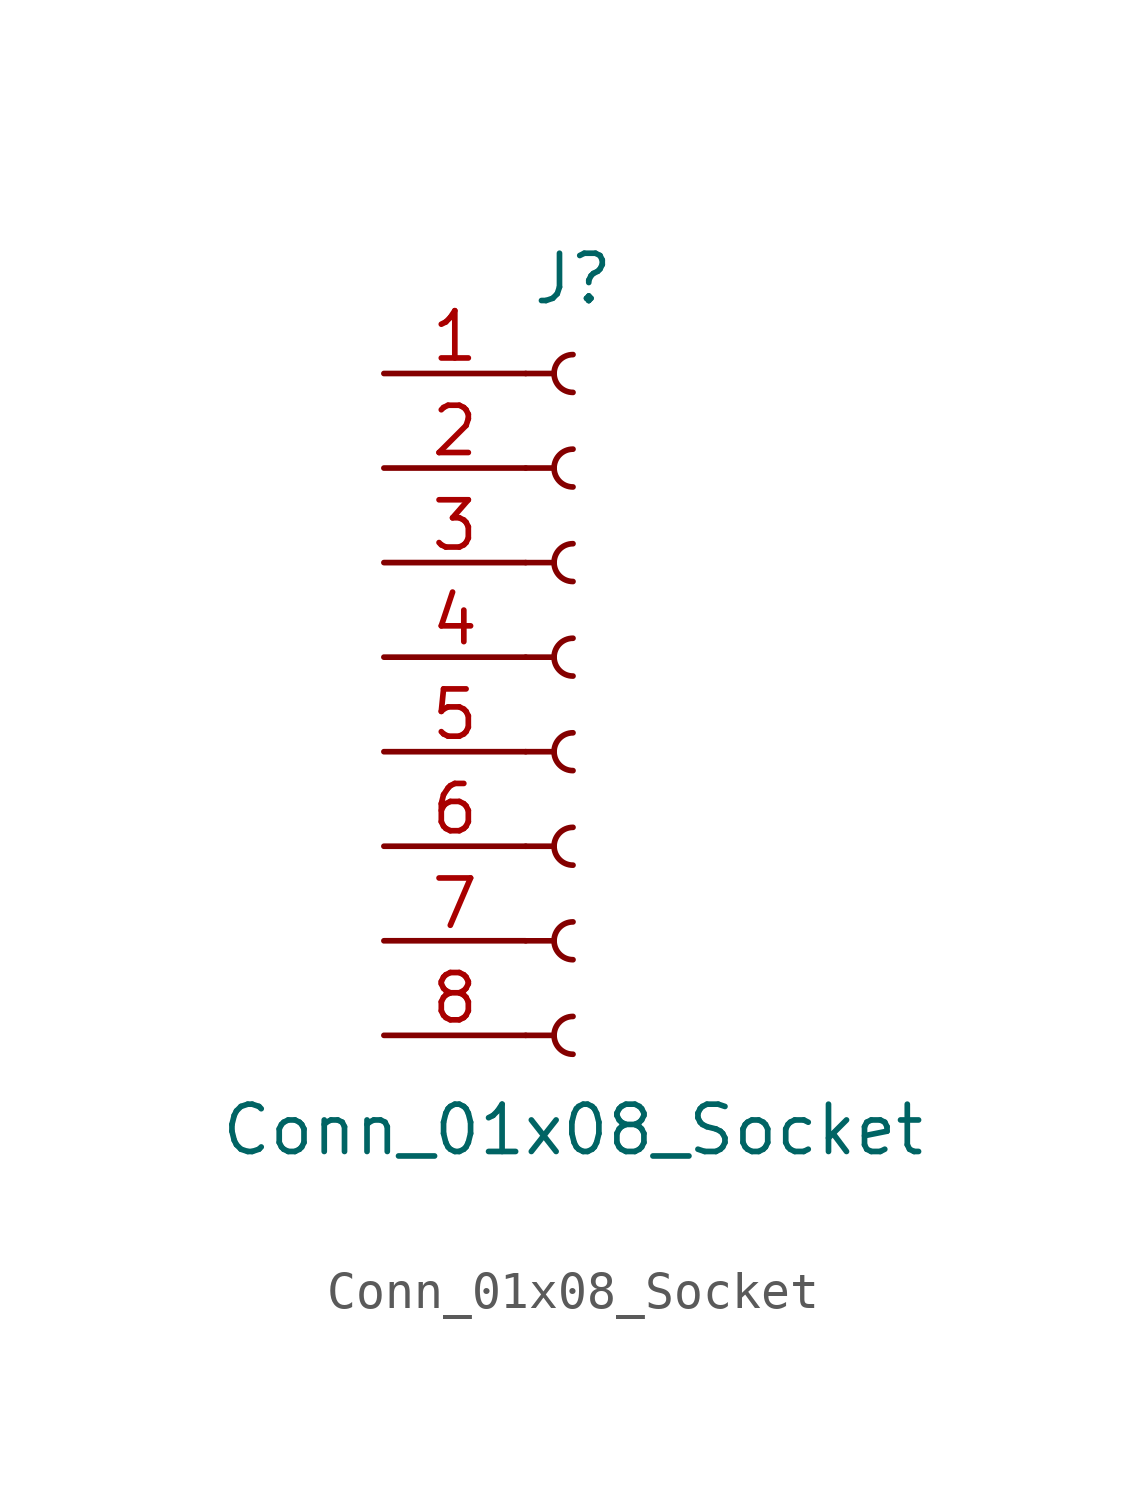
<source format=kicad_sym>
(kicad_symbol_lib
  (version 20231120)
  (generator "kicad_symbol_editor")
  (generator_version "8.0")
  (symbol "Conn_01x08_Socket"
    (pin_names
      (offset 1.016) hide)
    (property "Reference" "J"
      (at 0 10.16 0)
      (effects (font (size 1.27 1.27))))
    (property "Value" "Conn_01x08_Socket"
      (at 0 -12.7 0)
      (effects (font (size 1.27 1.27))))
    (property "ki_locked" ""
      (at 0 0 0)
      (effects (font (size 1.27 1.27))))
    (symbol "Conn_01x08_Socket_1_1"
      (arc (start 0 -9.652) (mid -0.5058 -10.16) (end 0 -10.668) (stroke (width 0.1524) (type default)) (fill (type none)))
      (arc (start 0 -7.112) (mid -0.5058 -7.62) (end 0 -8.128) (stroke (width 0.1524) (type default)) (fill (type none)))
      (arc (start 0 -4.572) (mid -0.5058 -5.08) (end 0 -5.588) (stroke (width 0.1524) (type default)) (fill (type none)))
      (arc (start 0 -2.032) (mid -0.5058 -2.54) (end 0 -3.048) (stroke (width 0.1524) (type default)) (fill (type none)))
      (polyline (pts (xy -1.27 -10.16) (xy -0.508 -10.16)) (stroke (width 0.152) (type default)) (fill (type none)))
      (polyline (pts (xy -1.27 -7.62) (xy -0.508 -7.62)) (stroke (width 0.152) (type default)) (fill (type none)))
      (polyline (pts (xy -1.27 -5.08) (xy -0.508 -5.08)) (stroke (width 0.152) (type default)) (fill (type none)))
      (polyline (pts (xy -1.27 -2.54) (xy -0.508 -2.54)) (stroke (width 0.152) (type default)) (fill (type none)))
      (polyline (pts (xy -1.27 0) (xy -0.508 0)) (stroke (width 0.152) (type default)) (fill (type none)))
      (polyline (pts (xy -1.27 2.54) (xy -0.508 2.54)) (stroke (width 0.152) (type default)) (fill (type none)))
      (polyline (pts (xy -1.27 5.08) (xy -0.508 5.08)) (stroke (width 0.152) (type default)) (fill (type none)))
      (polyline (pts (xy -1.27 7.62) (xy -0.508 7.62)) (stroke (width 0.152) (type default)) (fill (type none)))
      (arc (start 0 0.508) (mid -0.5058 0) (end 0 -0.508) (stroke (width 0.1524) (type default)) (fill (type none)))
      (arc (start 0 3.048) (mid -0.5058 2.54) (end 0 2.032) (stroke (width 0.1524) (type default)) (fill (type none)))
      (arc (start 0 5.588) (mid -0.5058 5.08) (end 0 4.572) (stroke (width 0.1524) (type default)) (fill (type none)))
      (arc (start 0 8.128) (mid -0.5058 7.62) (end 0 7.112) (stroke (width 0.1524) (type default)) (fill (type none)))
      (pin passive line (at -5.08 7.62 0) (length 3.81) (name "Pin_1" (effects (font (size 1.27 1.27)))) (number "1" (effects (font (size 1.27 1.27)))))
      (pin passive line (at -5.08 5.08 0) (length 3.81) (name "Pin_2" (effects (font (size 1.27 1.27)))) (number "2" (effects (font (size 1.27 1.27)))))
      (pin passive line (at -5.08 2.54 0) (length 3.81) (name "Pin_3" (effects (font (size 1.27 1.27)))) (number "3" (effects (font (size 1.27 1.27)))))
      (pin passive line (at -5.08 0 0) (length 3.81) (name "Pin_4" (effects (font (size 1.27 1.27)))) (number "4" (effects (font (size 1.27 1.27)))))
      (pin passive line (at -5.08 -2.54 0) (length 3.81) (name "Pin_5" (effects (font (size 1.27 1.27)))) (number "5" (effects (font (size 1.27 1.27)))))
      (pin passive line (at -5.08 -5.08 0) (length 3.81) (name "Pin_6" (effects (font (size 1.27 1.27)))) (number "6" (effects (font (size 1.27 1.27)))))
      (pin passive line (at -5.08 -7.62 0) (length 3.81) (name "Pin_7" (effects (font (size 1.27 1.27)))) (number "7" (effects (font (size 1.27 1.27)))))
      (pin passive line (at -5.08 -10.16 0) (length 3.81) (name "Pin_8" (effects (font (size 1.27 1.27)))) (number "8" (effects (font (size 1.27 1.27))))))))
</source>
